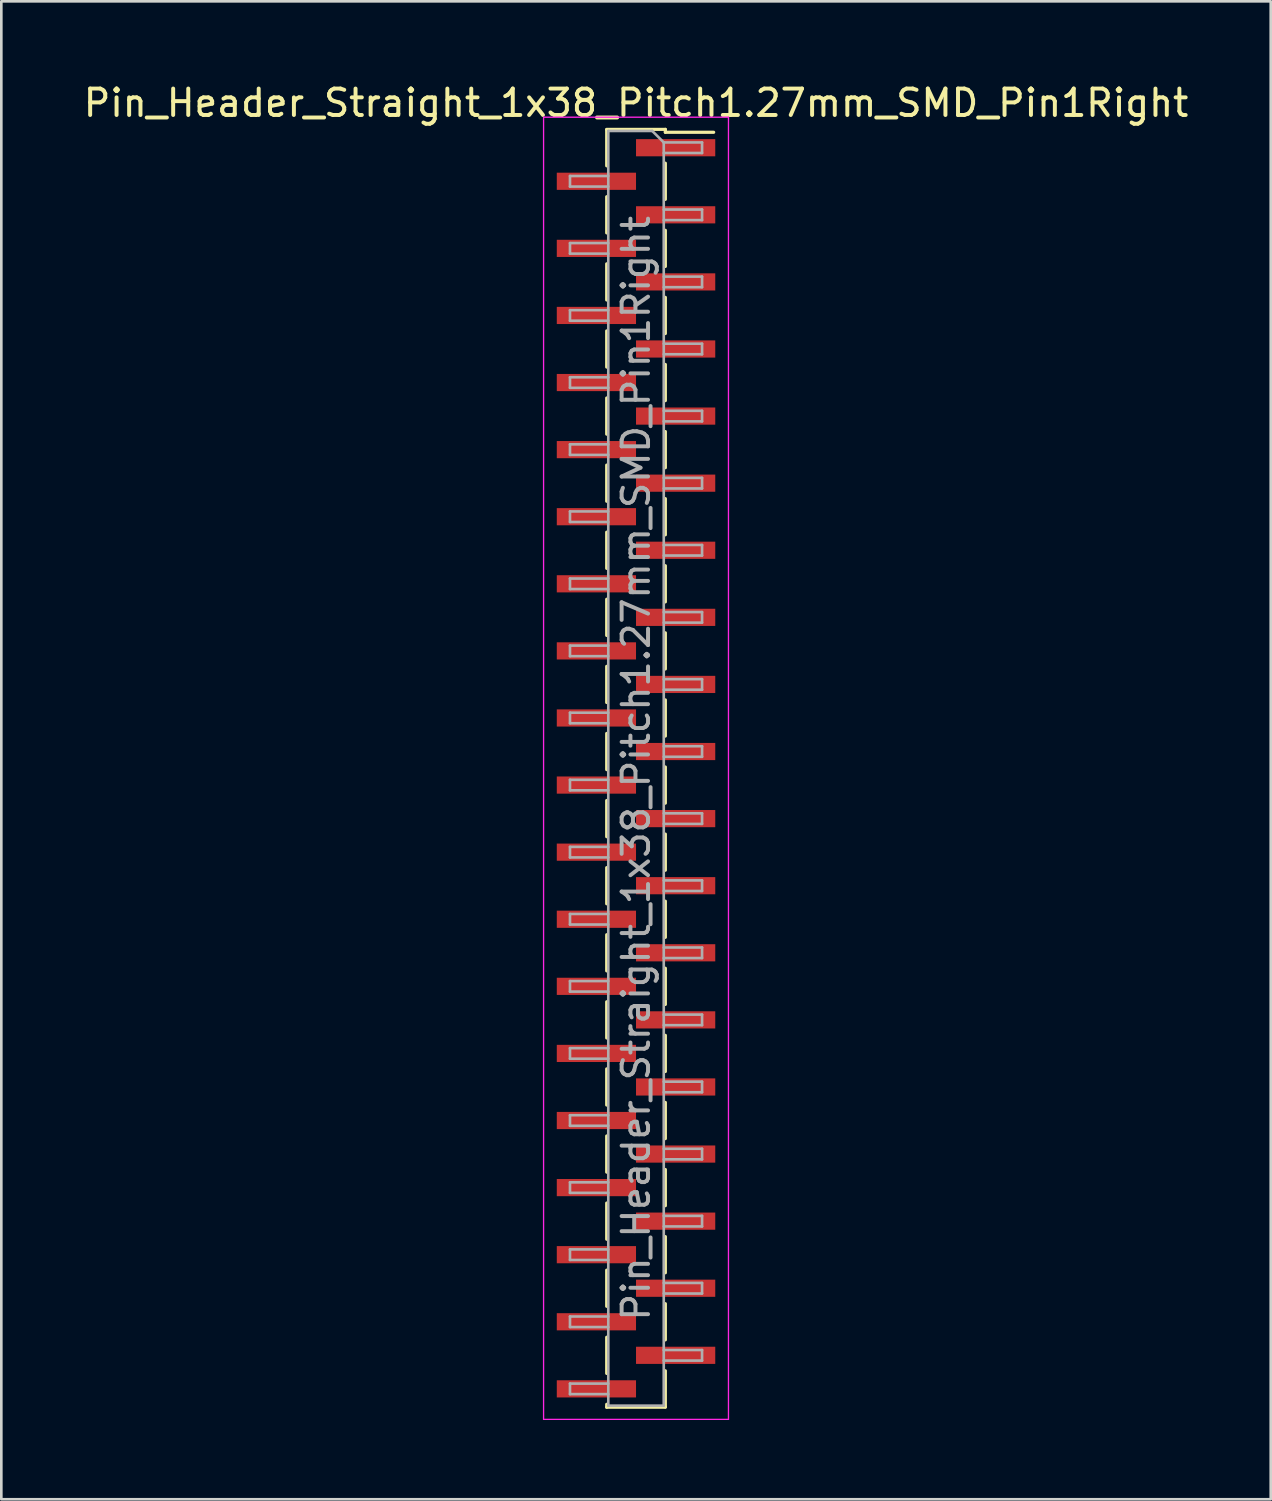
<source format=kicad_pcb>
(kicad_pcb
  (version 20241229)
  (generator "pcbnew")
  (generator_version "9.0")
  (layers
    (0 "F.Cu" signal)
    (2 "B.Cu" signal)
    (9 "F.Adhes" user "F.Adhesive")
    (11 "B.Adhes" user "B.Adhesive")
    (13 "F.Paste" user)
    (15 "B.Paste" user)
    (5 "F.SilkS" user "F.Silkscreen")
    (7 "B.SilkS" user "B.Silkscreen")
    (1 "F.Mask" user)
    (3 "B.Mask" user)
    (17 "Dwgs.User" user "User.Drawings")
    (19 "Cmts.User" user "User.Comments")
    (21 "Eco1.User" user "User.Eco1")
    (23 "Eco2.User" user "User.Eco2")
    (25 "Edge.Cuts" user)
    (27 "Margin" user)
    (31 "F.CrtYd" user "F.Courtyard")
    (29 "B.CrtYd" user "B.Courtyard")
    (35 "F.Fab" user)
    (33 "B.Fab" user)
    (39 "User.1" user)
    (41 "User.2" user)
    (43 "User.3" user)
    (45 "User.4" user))
  (footprint "Pin_Header_Straight_1x38_Pitch1.27mm_SMD_Pin1Right"
    (layer "F.Cu")
    (at 21.03 26.038)
    (property "Reference" "Pin_Header_Straight_1x38_Pitch1.27mm_SMD_Pin1Right" (at 0 -25.19 0) (layer "F.SilkS") (effects (font (size 1 1) (thickness 0.15))))
    (attr smd)
    (fp_line (start -1.11 -24.19) (end 1.11 -24.19) (stroke (width 0.12) (type solid)) (layer "F.SilkS"))
    (fp_line (start -1.11 -24.18) (end -1.11 -22.81) (stroke (width 0.12) (type solid)) (layer "F.SilkS"))
    (fp_line (start -1.11 -21.64) (end -1.11 -20.27) (stroke (width 0.12) (type solid)) (layer "F.SilkS"))
    (fp_line (start -1.11 -19.1) (end -1.11 -17.73) (stroke (width 0.12) (type solid)) (layer "F.SilkS"))
    (fp_line (start -1.11 -16.56) (end -1.11 -15.19) (stroke (width 0.12) (type solid)) (layer "F.SilkS"))
    (fp_line (start -1.11 -14.02) (end -1.11 -12.65) (stroke (width 0.12) (type solid)) (layer "F.SilkS"))
    (fp_line (start -1.11 -11.48) (end -1.11 -10.11) (stroke (width 0.12) (type solid)) (layer "F.SilkS"))
    (fp_line (start -1.11 -8.94) (end -1.11 -7.57) (stroke (width 0.12) (type solid)) (layer "F.SilkS"))
    (fp_line (start -1.11 -6.4) (end -1.11 -5.03) (stroke (width 0.12) (type solid)) (layer "F.SilkS"))
    (fp_line (start -1.11 -3.86) (end -1.11 -2.49) (stroke (width 0.12) (type solid)) (layer "F.SilkS"))
    (fp_line (start -1.11 -1.32) (end -1.11 0.05) (stroke (width 0.12) (type solid)) (layer "F.SilkS"))
    (fp_line (start -1.11 1.22) (end -1.11 2.59) (stroke (width 0.12) (type solid)) (layer "F.SilkS"))
    (fp_line (start -1.11 3.76) (end -1.11 5.13) (stroke (width 0.12) (type solid)) (layer "F.SilkS"))
    (fp_line (start -1.11 6.3) (end -1.11 7.67) (stroke (width 0.12) (type solid)) (layer "F.SilkS"))
    (fp_line (start -1.11 8.84) (end -1.11 10.21) (stroke (width 0.12) (type solid)) (layer "F.SilkS"))
    (fp_line (start -1.11 11.38) (end -1.11 12.75) (stroke (width 0.12) (type solid)) (layer "F.SilkS"))
    (fp_line (start -1.11 13.92) (end -1.11 15.29) (stroke (width 0.12) (type solid)) (layer "F.SilkS"))
    (fp_line (start -1.11 16.46) (end -1.11 17.83) (stroke (width 0.12) (type solid)) (layer "F.SilkS"))
    (fp_line (start -1.11 19) (end -1.11 20.37) (stroke (width 0.12) (type solid)) (layer "F.SilkS"))
    (fp_line (start -1.11 21.54) (end -1.11 22.91) (stroke (width 0.12) (type solid)) (layer "F.SilkS"))
    (fp_line (start -1.11 24.08) (end -1.11 24.19) (stroke (width 0.12) (type solid)) (layer "F.SilkS"))
    (fp_line (start -1.11 24.19) (end 1.11 24.19) (stroke (width 0.12) (type solid)) (layer "F.SilkS"))
    (fp_line (start 1.11 -24.19) (end 1.11 -24.08) (stroke (width 0.12) (type solid)) (layer "F.SilkS"))
    (fp_line (start 1.11 -24.08) (end 2.94 -24.08) (stroke (width 0.12) (type solid)) (layer "F.SilkS"))
    (fp_line (start 1.11 -22.91) (end 1.11 -21.54) (stroke (width 0.12) (type solid)) (layer "F.SilkS"))
    (fp_line (start 1.11 -20.37) (end 1.11 -19) (stroke (width 0.12) (type solid)) (layer "F.SilkS"))
    (fp_line (start 1.11 -17.83) (end 1.11 -16.46) (stroke (width 0.12) (type solid)) (layer "F.SilkS"))
    (fp_line (start 1.11 -15.29) (end 1.11 -13.92) (stroke (width 0.12) (type solid)) (layer "F.SilkS"))
    (fp_line (start 1.11 -12.75) (end 1.11 -11.38) (stroke (width 0.12) (type solid)) (layer "F.SilkS"))
    (fp_line (start 1.11 -10.21) (end 1.11 -8.84) (stroke (width 0.12) (type solid)) (layer "F.SilkS"))
    (fp_line (start 1.11 -7.67) (end 1.11 -6.3) (stroke (width 0.12) (type solid)) (layer "F.SilkS"))
    (fp_line (start 1.11 -5.13) (end 1.11 -3.76) (stroke (width 0.12) (type solid)) (layer "F.SilkS"))
    (fp_line (start 1.11 -2.59) (end 1.11 -1.22) (stroke (width 0.12) (type solid)) (layer "F.SilkS"))
    (fp_line (start 1.11 -0.05) (end 1.11 1.32) (stroke (width 0.12) (type solid)) (layer "F.SilkS"))
    (fp_line (start 1.11 2.49) (end 1.11 3.86) (stroke (width 0.12) (type solid)) (layer "F.SilkS"))
    (fp_line (start 1.11 5.03) (end 1.11 6.4) (stroke (width 0.12) (type solid)) (layer "F.SilkS"))
    (fp_line (start 1.11 7.57) (end 1.11 8.94) (stroke (width 0.12) (type solid)) (layer "F.SilkS"))
    (fp_line (start 1.11 10.11) (end 1.11 11.48) (stroke (width 0.12) (type solid)) (layer "F.SilkS"))
    (fp_line (start 1.11 12.65) (end 1.11 14.02) (stroke (width 0.12) (type solid)) (layer "F.SilkS"))
    (fp_line (start 1.11 15.19) (end 1.11 16.56) (stroke (width 0.12) (type solid)) (layer "F.SilkS"))
    (fp_line (start 1.11 17.73) (end 1.11 19.1) (stroke (width 0.12) (type solid)) (layer "F.SilkS"))
    (fp_line (start 1.11 20.27) (end 1.11 21.64) (stroke (width 0.12) (type solid)) (layer "F.SilkS"))
    (fp_line (start 1.11 22.81) (end 1.11 24.18) (stroke (width 0.12) (type solid)) (layer "F.SilkS"))
    (fp_line (start -3.5 -24.65) (end -3.5 24.65) (stroke (width 0.05) (type solid)) (layer "F.CrtYd"))
    (fp_line (start -3.5 24.65) (end 3.5 24.65) (stroke (width 0.05) (type solid)) (layer "F.CrtYd"))
    (fp_line (start 3.5 -24.65) (end -3.5 -24.65) (stroke (width 0.05) (type solid)) (layer "F.CrtYd"))
    (fp_line (start 3.5 24.65) (end 3.5 -24.65) (stroke (width 0.05) (type solid)) (layer "F.CrtYd"))
    (fp_line (start -2.5 -22.425) (end -2.5 -22.025) (stroke (width 0.1) (type solid)) (layer "F.Fab"))
    (fp_line (start -2.5 -22.025) (end -1.05 -22.025) (stroke (width 0.1) (type solid)) (layer "F.Fab"))
    (fp_line (start -2.5 -19.885) (end -2.5 -19.485) (stroke (width 0.1) (type solid)) (layer "F.Fab"))
    (fp_line (start -2.5 -19.485) (end -1.05 -19.485) (stroke (width 0.1) (type solid)) (layer "F.Fab"))
    (fp_line (start -2.5 -17.345) (end -2.5 -16.945) (stroke (width 0.1) (type solid)) (layer "F.Fab"))
    (fp_line (start -2.5 -16.945) (end -1.05 -16.945) (stroke (width 0.1) (type solid)) (layer "F.Fab"))
    (fp_line (start -2.5 -14.805) (end -2.5 -14.405) (stroke (width 0.1) (type solid)) (layer "F.Fab"))
    (fp_line (start -2.5 -14.405) (end -1.05 -14.405) (stroke (width 0.1) (type solid)) (layer "F.Fab"))
    (fp_line (start -2.5 -12.265) (end -2.5 -11.865) (stroke (width 0.1) (type solid)) (layer "F.Fab"))
    (fp_line (start -2.5 -11.865) (end -1.05 -11.865) (stroke (width 0.1) (type solid)) (layer "F.Fab"))
    (fp_line (start -2.5 -9.725) (end -2.5 -9.325) (stroke (width 0.1) (type solid)) (layer "F.Fab"))
    (fp_line (start -2.5 -9.325) (end -1.05 -9.325) (stroke (width 0.1) (type solid)) (layer "F.Fab"))
    (fp_line (start -2.5 -7.185) (end -2.5 -6.785) (stroke (width 0.1) (type solid)) (layer "F.Fab"))
    (fp_line (start -2.5 -6.785) (end -1.05 -6.785) (stroke (width 0.1) (type solid)) (layer "F.Fab"))
    (fp_line (start -2.5 -4.645) (end -2.5 -4.245) (stroke (width 0.1) (type solid)) (layer "F.Fab"))
    (fp_line (start -2.5 -4.245) (end -1.05 -4.245) (stroke (width 0.1) (type solid)) (layer "F.Fab"))
    (fp_line (start -2.5 -2.105) (end -2.5 -1.705) (stroke (width 0.1) (type solid)) (layer "F.Fab"))
    (fp_line (start -2.5 -1.705) (end -1.05 -1.705) (stroke (width 0.1) (type solid)) (layer "F.Fab"))
    (fp_line (start -2.5 0.435) (end -2.5 0.835) (stroke (width 0.1) (type solid)) (layer "F.Fab"))
    (fp_line (start -2.5 0.835) (end -1.05 0.835) (stroke (width 0.1) (type solid)) (layer "F.Fab"))
    (fp_line (start -2.5 2.975) (end -2.5 3.375) (stroke (width 0.1) (type solid)) (layer "F.Fab"))
    (fp_line (start -2.5 3.375) (end -1.05 3.375) (stroke (width 0.1) (type solid)) (layer "F.Fab"))
    (fp_line (start -2.5 5.515) (end -2.5 5.915) (stroke (width 0.1) (type solid)) (layer "F.Fab"))
    (fp_line (start -2.5 5.915) (end -1.05 5.915) (stroke (width 0.1) (type solid)) (layer "F.Fab"))
    (fp_line (start -2.5 8.055) (end -2.5 8.455) (stroke (width 0.1) (type solid)) (layer "F.Fab"))
    (fp_line (start -2.5 8.455) (end -1.05 8.455) (stroke (width 0.1) (type solid)) (layer "F.Fab"))
    (fp_line (start -2.5 10.595) (end -2.5 10.995) (stroke (width 0.1) (type solid)) (layer "F.Fab"))
    (fp_line (start -2.5 10.995) (end -1.05 10.995) (stroke (width 0.1) (type solid)) (layer "F.Fab"))
    (fp_line (start -2.5 13.135) (end -2.5 13.535) (stroke (width 0.1) (type solid)) (layer "F.Fab"))
    (fp_line (start -2.5 13.535) (end -1.05 13.535) (stroke (width 0.1) (type solid)) (layer "F.Fab"))
    (fp_line (start -2.5 15.675) (end -2.5 16.075) (stroke (width 0.1) (type solid)) (layer "F.Fab"))
    (fp_line (start -2.5 16.075) (end -1.05 16.075) (stroke (width 0.1) (type solid)) (layer "F.Fab"))
    (fp_line (start -2.5 18.215) (end -2.5 18.615) (stroke (width 0.1) (type solid)) (layer "F.Fab"))
    (fp_line (start -2.5 18.615) (end -1.05 18.615) (stroke (width 0.1) (type solid)) (layer "F.Fab"))
    (fp_line (start -2.5 20.755) (end -2.5 21.155) (stroke (width 0.1) (type solid)) (layer "F.Fab"))
    (fp_line (start -2.5 21.155) (end -1.05 21.155) (stroke (width 0.1) (type solid)) (layer "F.Fab"))
    (fp_line (start -2.5 23.295) (end -2.5 23.695) (stroke (width 0.1) (type solid)) (layer "F.Fab"))
    (fp_line (start -2.5 23.695) (end -1.05 23.695) (stroke (width 0.1) (type solid)) (layer "F.Fab"))
    (fp_line (start -1.05 -24.13) (end -1.05 24.13) (stroke (width 0.1) (type solid)) (layer "F.Fab"))
    (fp_line (start -1.05 -24.13) (end 0.615 -24.13) (stroke (width 0.1) (type solid)) (layer "F.Fab"))
    (fp_line (start -1.05 -22.425) (end -2.5 -22.425) (stroke (width 0.1) (type solid)) (layer "F.Fab"))
    (fp_line (start -1.05 -19.885) (end -2.5 -19.885) (stroke (width 0.1) (type solid)) (layer "F.Fab"))
    (fp_line (start -1.05 -17.345) (end -2.5 -17.345) (stroke (width 0.1) (type solid)) (layer "F.Fab"))
    (fp_line (start -1.05 -14.805) (end -2.5 -14.805) (stroke (width 0.1) (type solid)) (layer "F.Fab"))
    (fp_line (start -1.05 -12.265) (end -2.5 -12.265) (stroke (width 0.1) (type solid)) (layer "F.Fab"))
    (fp_line (start -1.05 -9.725) (end -2.5 -9.725) (stroke (width 0.1) (type solid)) (layer "F.Fab"))
    (fp_line (start -1.05 -7.185) (end -2.5 -7.185) (stroke (width 0.1) (type solid)) (layer "F.Fab"))
    (fp_line (start -1.05 -4.645) (end -2.5 -4.645) (stroke (width 0.1) (type solid)) (layer "F.Fab"))
    (fp_line (start -1.05 -2.105) (end -2.5 -2.105) (stroke (width 0.1) (type solid)) (layer "F.Fab"))
    (fp_line (start -1.05 0.435) (end -2.5 0.435) (stroke (width 0.1) (type solid)) (layer "F.Fab"))
    (fp_line (start -1.05 2.975) (end -2.5 2.975) (stroke (width 0.1) (type solid)) (layer "F.Fab"))
    (fp_line (start -1.05 5.515) (end -2.5 5.515) (stroke (width 0.1) (type solid)) (layer "F.Fab"))
    (fp_line (start -1.05 8.055) (end -2.5 8.055) (stroke (width 0.1) (type solid)) (layer "F.Fab"))
    (fp_line (start -1.05 10.595) (end -2.5 10.595) (stroke (width 0.1) (type solid)) (layer "F.Fab"))
    (fp_line (start -1.05 13.135) (end -2.5 13.135) (stroke (width 0.1) (type solid)) (layer "F.Fab"))
    (fp_line (start -1.05 15.675) (end -2.5 15.675) (stroke (width 0.1) (type solid)) (layer "F.Fab"))
    (fp_line (start -1.05 18.215) (end -2.5 18.215) (stroke (width 0.1) (type solid)) (layer "F.Fab"))
    (fp_line (start -1.05 20.755) (end -2.5 20.755) (stroke (width 0.1) (type solid)) (layer "F.Fab"))
    (fp_line (start -1.05 23.295) (end -2.5 23.295) (stroke (width 0.1) (type solid)) (layer "F.Fab"))
    (fp_line (start 1.05 -23.695) (end 0.615 -24.13) (stroke (width 0.1) (type solid)) (layer "F.Fab"))
    (fp_line (start 1.05 -23.695) (end 2.5 -23.695) (stroke (width 0.1) (type solid)) (layer "F.Fab"))
    (fp_line (start 1.05 -21.155) (end 2.5 -21.155) (stroke (width 0.1) (type solid)) (layer "F.Fab"))
    (fp_line (start 1.05 -18.615) (end 2.5 -18.615) (stroke (width 0.1) (type solid)) (layer "F.Fab"))
    (fp_line (start 1.05 -16.075) (end 2.5 -16.075) (stroke (width 0.1) (type solid)) (layer "F.Fab"))
    (fp_line (start 1.05 -13.535) (end 2.5 -13.535) (stroke (width 0.1) (type solid)) (layer "F.Fab"))
    (fp_line (start 1.05 -10.995) (end 2.5 -10.995) (stroke (width 0.1) (type solid)) (layer "F.Fab"))
    (fp_line (start 1.05 -8.455) (end 2.5 -8.455) (stroke (width 0.1) (type solid)) (layer "F.Fab"))
    (fp_line (start 1.05 -5.915) (end 2.5 -5.915) (stroke (width 0.1) (type solid)) (layer "F.Fab"))
    (fp_line (start 1.05 -3.375) (end 2.5 -3.375) (stroke (width 0.1) (type solid)) (layer "F.Fab"))
    (fp_line (start 1.05 -0.835) (end 2.5 -0.835) (stroke (width 0.1) (type solid)) (layer "F.Fab"))
    (fp_line (start 1.05 1.705) (end 2.5 1.705) (stroke (width 0.1) (type solid)) (layer "F.Fab"))
    (fp_line (start 1.05 4.245) (end 2.5 4.245) (stroke (width 0.1) (type solid)) (layer "F.Fab"))
    (fp_line (start 1.05 6.785) (end 2.5 6.785) (stroke (width 0.1) (type solid)) (layer "F.Fab"))
    (fp_line (start 1.05 9.325) (end 2.5 9.325) (stroke (width 0.1) (type solid)) (layer "F.Fab"))
    (fp_line (start 1.05 11.865) (end 2.5 11.865) (stroke (width 0.1) (type solid)) (layer "F.Fab"))
    (fp_line (start 1.05 14.405) (end 2.5 14.405) (stroke (width 0.1) (type solid)) (layer "F.Fab"))
    (fp_line (start 1.05 16.945) (end 2.5 16.945) (stroke (width 0.1) (type solid)) (layer "F.Fab"))
    (fp_line (start 1.05 19.485) (end 2.5 19.485) (stroke (width 0.1) (type solid)) (layer "F.Fab"))
    (fp_line (start 1.05 22.025) (end 2.5 22.025) (stroke (width 0.1) (type solid)) (layer "F.Fab"))
    (fp_line (start 1.05 24.13) (end -1.05 24.13) (stroke (width 0.1) (type solid)) (layer "F.Fab"))
    (fp_line (start 1.05 24.13) (end 1.05 -23.695) (stroke (width 0.1) (type solid)) (layer "F.Fab"))
    (fp_line (start 2.5 -23.695) (end 2.5 -23.295) (stroke (width 0.1) (type solid)) (layer "F.Fab"))
    (fp_line (start 2.5 -23.295) (end 1.05 -23.295) (stroke (width 0.1) (type solid)) (layer "F.Fab"))
    (fp_line (start 2.5 -21.155) (end 2.5 -20.755) (stroke (width 0.1) (type solid)) (layer "F.Fab"))
    (fp_line (start 2.5 -20.755) (end 1.05 -20.755) (stroke (width 0.1) (type solid)) (layer "F.Fab"))
    (fp_line (start 2.5 -18.615) (end 2.5 -18.215) (stroke (width 0.1) (type solid)) (layer "F.Fab"))
    (fp_line (start 2.5 -18.215) (end 1.05 -18.215) (stroke (width 0.1) (type solid)) (layer "F.Fab"))
    (fp_line (start 2.5 -16.075) (end 2.5 -15.675) (stroke (width 0.1) (type solid)) (layer "F.Fab"))
    (fp_line (start 2.5 -15.675) (end 1.05 -15.675) (stroke (width 0.1) (type solid)) (layer "F.Fab"))
    (fp_line (start 2.5 -13.535) (end 2.5 -13.135) (stroke (width 0.1) (type solid)) (layer "F.Fab"))
    (fp_line (start 2.5 -13.135) (end 1.05 -13.135) (stroke (width 0.1) (type solid)) (layer "F.Fab"))
    (fp_line (start 2.5 -10.995) (end 2.5 -10.595) (stroke (width 0.1) (type solid)) (layer "F.Fab"))
    (fp_line (start 2.5 -10.595) (end 1.05 -10.595) (stroke (width 0.1) (type solid)) (layer "F.Fab"))
    (fp_line (start 2.5 -8.455) (end 2.5 -8.055) (stroke (width 0.1) (type solid)) (layer "F.Fab"))
    (fp_line (start 2.5 -8.055) (end 1.05 -8.055) (stroke (width 0.1) (type solid)) (layer "F.Fab"))
    (fp_line (start 2.5 -5.915) (end 2.5 -5.515) (stroke (width 0.1) (type solid)) (layer "F.Fab"))
    (fp_line (start 2.5 -5.515) (end 1.05 -5.515) (stroke (width 0.1) (type solid)) (layer "F.Fab"))
    (fp_line (start 2.5 -3.375) (end 2.5 -2.975) (stroke (width 0.1) (type solid)) (layer "F.Fab"))
    (fp_line (start 2.5 -2.975) (end 1.05 -2.975) (stroke (width 0.1) (type solid)) (layer "F.Fab"))
    (fp_line (start 2.5 -0.835) (end 2.5 -0.435) (stroke (width 0.1) (type solid)) (layer "F.Fab"))
    (fp_line (start 2.5 -0.435) (end 1.05 -0.435) (stroke (width 0.1) (type solid)) (layer "F.Fab"))
    (fp_line (start 2.5 1.705) (end 2.5 2.105) (stroke (width 0.1) (type solid)) (layer "F.Fab"))
    (fp_line (start 2.5 2.105) (end 1.05 2.105) (stroke (width 0.1) (type solid)) (layer "F.Fab"))
    (fp_line (start 2.5 4.245) (end 2.5 4.645) (stroke (width 0.1) (type solid)) (layer "F.Fab"))
    (fp_line (start 2.5 4.645) (end 1.05 4.645) (stroke (width 0.1) (type solid)) (layer "F.Fab"))
    (fp_line (start 2.5 6.785) (end 2.5 7.185) (stroke (width 0.1) (type solid)) (layer "F.Fab"))
    (fp_line (start 2.5 7.185) (end 1.05 7.185) (stroke (width 0.1) (type solid)) (layer "F.Fab"))
    (fp_line (start 2.5 9.325) (end 2.5 9.725) (stroke (width 0.1) (type solid)) (layer "F.Fab"))
    (fp_line (start 2.5 9.725) (end 1.05 9.725) (stroke (width 0.1) (type solid)) (layer "F.Fab"))
    (fp_line (start 2.5 11.865) (end 2.5 12.265) (stroke (width 0.1) (type solid)) (layer "F.Fab"))
    (fp_line (start 2.5 12.265) (end 1.05 12.265) (stroke (width 0.1) (type solid)) (layer "F.Fab"))
    (fp_line (start 2.5 14.405) (end 2.5 14.805) (stroke (width 0.1) (type solid)) (layer "F.Fab"))
    (fp_line (start 2.5 14.805) (end 1.05 14.805) (stroke (width 0.1) (type solid)) (layer "F.Fab"))
    (fp_line (start 2.5 16.945) (end 2.5 17.345) (stroke (width 0.1) (type solid)) (layer "F.Fab"))
    (fp_line (start 2.5 17.345) (end 1.05 17.345) (stroke (width 0.1) (type solid)) (layer "F.Fab"))
    (fp_line (start 2.5 19.485) (end 2.5 19.885) (stroke (width 0.1) (type solid)) (layer "F.Fab"))
    (fp_line (start 2.5 19.885) (end 1.05 19.885) (stroke (width 0.1) (type solid)) (layer "F.Fab"))
    (fp_line (start 2.5 22.025) (end 2.5 22.425) (stroke (width 0.1) (type solid)) (layer "F.Fab"))
    (fp_line (start 2.5 22.425) (end 1.05 22.425) (stroke (width 0.1) (type solid)) (layer "F.Fab"))
    (fp_text user "${REFERENCE}" (at 0 0 90) (layer "F.Fab") (effects (font (size 1 1) (thickness 0.15))))
    (pad "1" smd rect (at 1.5 -23.495) (size 3 0.65) (layers "F.Cu" "F.Mask" "F.Paste"))
    (pad "2" smd rect (at -1.5 -22.225) (size 3 0.65) (layers "F.Cu" "F.Mask" "F.Paste"))
    (pad "3" smd rect (at 1.5 -20.955) (size 3 0.65) (layers "F.Cu" "F.Mask" "F.Paste"))
    (pad "4" smd rect (at -1.5 -19.685) (size 3 0.65) (layers "F.Cu" "F.Mask" "F.Paste"))
    (pad "5" smd rect (at 1.5 -18.415) (size 3 0.65) (layers "F.Cu" "F.Mask" "F.Paste"))
    (pad "6" smd rect (at -1.5 -17.145) (size 3 0.65) (layers "F.Cu" "F.Mask" "F.Paste"))
    (pad "7" smd rect (at 1.5 -15.875) (size 3 0.65) (layers "F.Cu" "F.Mask" "F.Paste"))
    (pad "8" smd rect (at -1.5 -14.605) (size 3 0.65) (layers "F.Cu" "F.Mask" "F.Paste"))
    (pad "9" smd rect (at 1.5 -13.335) (size 3 0.65) (layers "F.Cu" "F.Mask" "F.Paste"))
    (pad "10" smd rect (at -1.5 -12.065) (size 3 0.65) (layers "F.Cu" "F.Mask" "F.Paste"))
    (pad "11" smd rect (at 1.5 -10.795) (size 3 0.65) (layers "F.Cu" "F.Mask" "F.Paste"))
    (pad "12" smd rect (at -1.5 -9.525) (size 3 0.65) (layers "F.Cu" "F.Mask" "F.Paste"))
    (pad "13" smd rect (at 1.5 -8.255) (size 3 0.65) (layers "F.Cu" "F.Mask" "F.Paste"))
    (pad "14" smd rect (at -1.5 -6.985) (size 3 0.65) (layers "F.Cu" "F.Mask" "F.Paste"))
    (pad "15" smd rect (at 1.5 -5.715) (size 3 0.65) (layers "F.Cu" "F.Mask" "F.Paste"))
    (pad "16" smd rect (at -1.5 -4.445) (size 3 0.65) (layers "F.Cu" "F.Mask" "F.Paste"))
    (pad "17" smd rect (at 1.5 -3.175) (size 3 0.65) (layers "F.Cu" "F.Mask" "F.Paste"))
    (pad "18" smd rect (at -1.5 -1.905) (size 3 0.65) (layers "F.Cu" "F.Mask" "F.Paste"))
    (pad "19" smd rect (at 1.5 -0.635) (size 3 0.65) (layers "F.Cu" "F.Mask" "F.Paste"))
    (pad "20" smd rect (at -1.5 0.635) (size 3 0.65) (layers "F.Cu" "F.Mask" "F.Paste"))
    (pad "21" smd rect (at 1.5 1.905) (size 3 0.65) (layers "F.Cu" "F.Mask" "F.Paste"))
    (pad "22" smd rect (at -1.5 3.175) (size 3 0.65) (layers "F.Cu" "F.Mask" "F.Paste"))
    (pad "23" smd rect (at 1.5 4.445) (size 3 0.65) (layers "F.Cu" "F.Mask" "F.Paste"))
    (pad "24" smd rect (at -1.5 5.715) (size 3 0.65) (layers "F.Cu" "F.Mask" "F.Paste"))
    (pad "25" smd rect (at 1.5 6.985) (size 3 0.65) (layers "F.Cu" "F.Mask" "F.Paste"))
    (pad "26" smd rect (at -1.5 8.255) (size 3 0.65) (layers "F.Cu" "F.Mask" "F.Paste"))
    (pad "27" smd rect (at 1.5 9.525) (size 3 0.65) (layers "F.Cu" "F.Mask" "F.Paste"))
    (pad "28" smd rect (at -1.5 10.795) (size 3 0.65) (layers "F.Cu" "F.Mask" "F.Paste"))
    (pad "29" smd rect (at 1.5 12.065) (size 3 0.65) (layers "F.Cu" "F.Mask" "F.Paste"))
    (pad "30" smd rect (at -1.5 13.335) (size 3 0.65) (layers "F.Cu" "F.Mask" "F.Paste"))
    (pad "31" smd rect (at 1.5 14.605) (size 3 0.65) (layers "F.Cu" "F.Mask" "F.Paste"))
    (pad "32" smd rect (at -1.5 15.875) (size 3 0.65) (layers "F.Cu" "F.Mask" "F.Paste"))
    (pad "33" smd rect (at 1.5 17.145) (size 3 0.65) (layers "F.Cu" "F.Mask" "F.Paste"))
    (pad "34" smd rect (at -1.5 18.415) (size 3 0.65) (layers "F.Cu" "F.Mask" "F.Paste"))
    (pad "35" smd rect (at 1.5 19.685) (size 3 0.65) (layers "F.Cu" "F.Mask" "F.Paste"))
    (pad "36" smd rect (at -1.5 20.955) (size 3 0.65) (layers "F.Cu" "F.Mask" "F.Paste"))
    (pad "37" smd rect (at 1.5 22.225) (size 3 0.65) (layers "F.Cu" "F.Mask" "F.Paste"))
    (pad "38" smd rect (at -1.5 23.495) (size 3 0.65) (layers "F.Cu" "F.Mask" "F.Paste")))
  (gr_rect
    (start -3 -3)
    (end 45.06 53.713)
    (stroke (width 0.1) (type default))
    (fill no)
    (layer "Edge.Cuts")))
</source>
